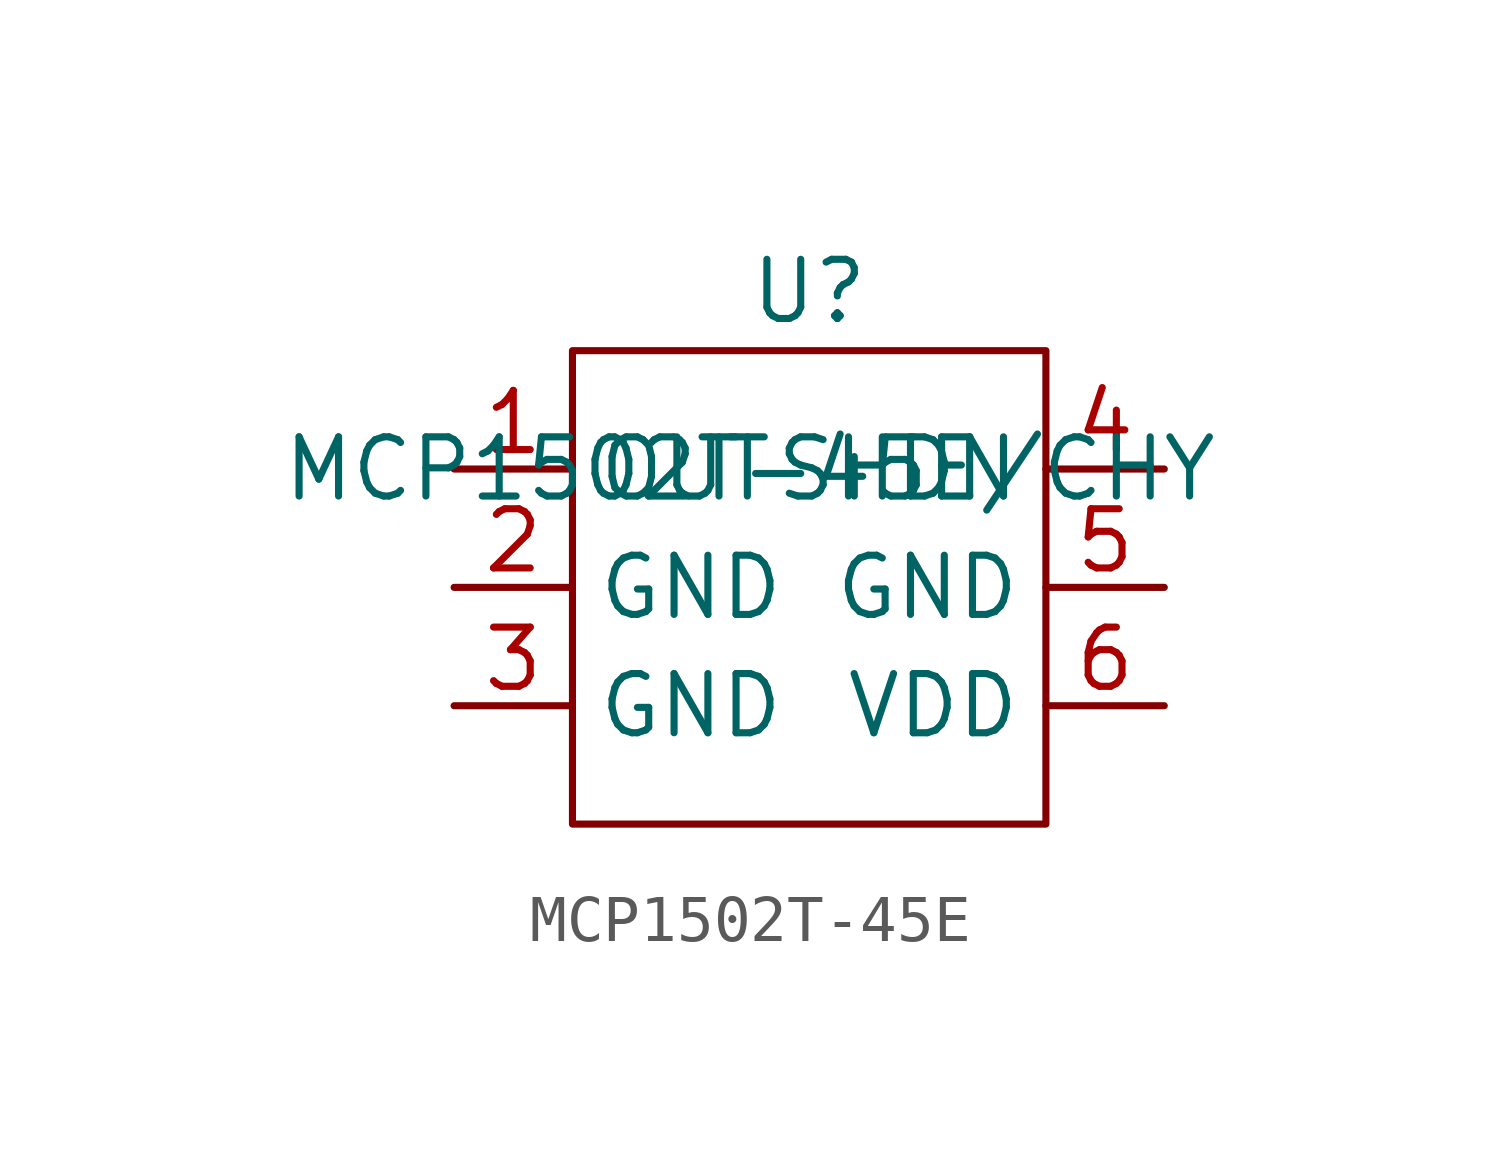
<source format=kicad_sym>
(kicad_symbol_lib
  (version 20220914)
  (generator kicad_symbol_editor)
  (symbol "MCP1502T-45E"
    (property "Reference" "U"
      (at 0 6.35 0)
      (effects (font (size 1.27 1.27))))
    (property "Value" "MCP1502T-45E/CHY"
      (at -1.27 2.54 0)
      (effects (font (size 1.27 1.27))))
    (symbol "MCP1502T-45E_0_0"
      (pin power_out line (at -7.62 2.54 0) (length 2.54) (name "OUT" (effects (font (size 1.27 1.27)))) (number "1" (effects (font (size 1.27 1.27)))))
      (pin power_in line (at -7.62 0 0) (length 2.54) (name "GND" (effects (font (size 1.27 1.27)))) (number "2" (effects (font (size 1.27 1.27)))))
      (pin power_in line (at -7.62 -2.54 0) (length 2.54) (name "GND" (effects (font (size 1.27 1.27)))) (number "3" (effects (font (size 1.27 1.27)))))
      (pin input line (at 7.62 2.54 180) (length 2.54) (name "SHDN" (effects (font (size 1.27 1.27)))) (number "4" (effects (font (size 1.27 1.27)))))
      (pin power_in line (at 7.62 0 180) (length 2.54) (name "GND" (effects (font (size 1.27 1.27)))) (number "5" (effects (font (size 1.27 1.27)))))
      (pin power_in line (at 7.62 -2.54 180) (length 2.54) (name "VDD" (effects (font (size 1.27 1.27)))) (number "6" (effects (font (size 1.27 1.27))))))
    (symbol "MCP1502T-45E_0_1"
      (rectangle (start -5.08 5.08) (end 5.08 -5.08) (stroke (width 0) (type default)) (fill (type none))))))
</source>
